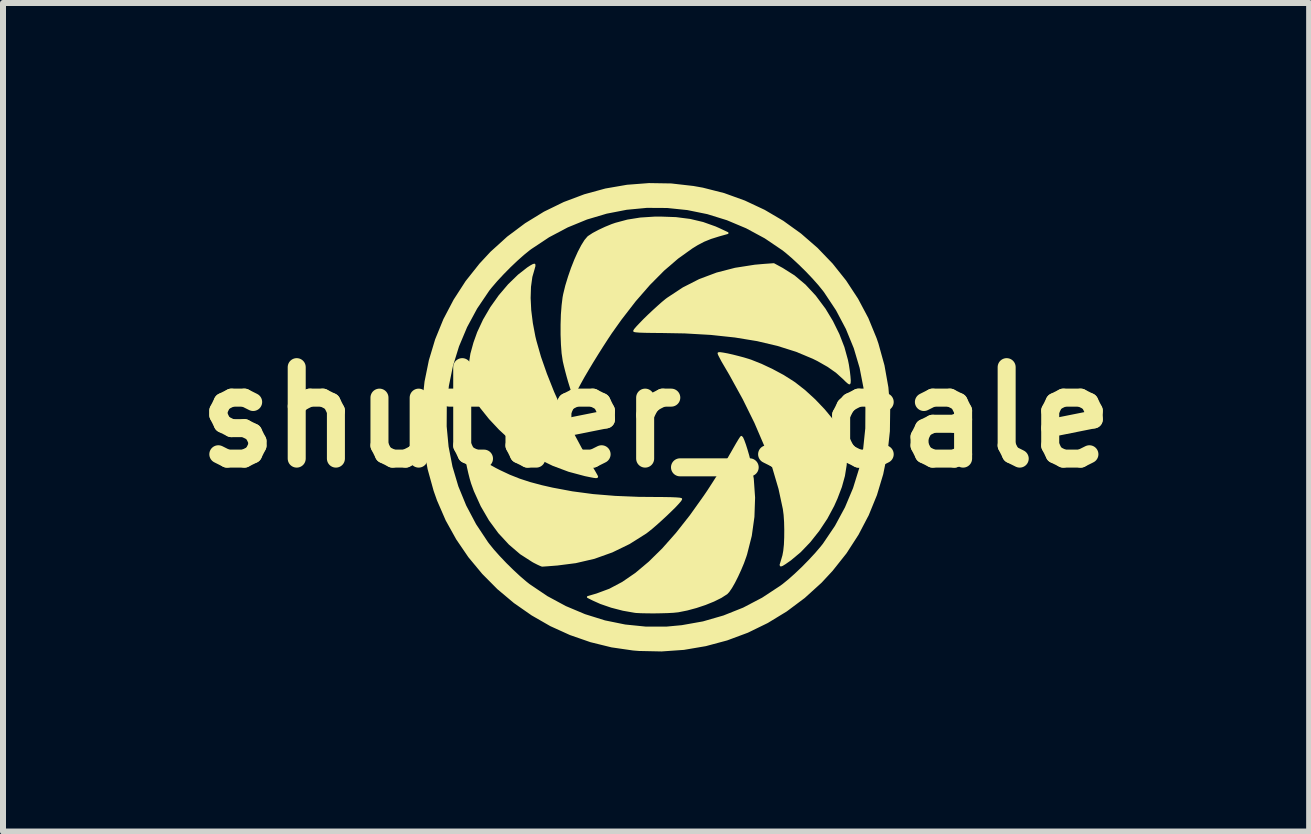
<source format=kicad_pcb>
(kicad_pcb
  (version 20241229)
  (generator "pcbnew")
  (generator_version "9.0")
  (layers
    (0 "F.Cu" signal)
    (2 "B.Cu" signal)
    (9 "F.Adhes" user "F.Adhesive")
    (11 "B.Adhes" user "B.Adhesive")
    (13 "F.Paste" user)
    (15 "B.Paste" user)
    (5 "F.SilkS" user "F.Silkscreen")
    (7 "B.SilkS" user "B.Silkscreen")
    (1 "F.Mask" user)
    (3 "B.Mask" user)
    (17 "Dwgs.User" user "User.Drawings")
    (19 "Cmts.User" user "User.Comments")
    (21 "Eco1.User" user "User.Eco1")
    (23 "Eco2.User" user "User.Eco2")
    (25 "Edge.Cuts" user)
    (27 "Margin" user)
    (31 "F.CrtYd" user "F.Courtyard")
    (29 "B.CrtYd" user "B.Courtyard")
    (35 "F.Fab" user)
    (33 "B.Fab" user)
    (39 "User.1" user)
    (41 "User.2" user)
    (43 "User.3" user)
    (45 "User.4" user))
  (footprint "shutter_scale"
    (layer "F.Cu")
    (at 7.881 3.902)
    (property "Reference" "shutter_scale" (at 0 0 0) (layer "F.SilkS") (effects (font (size 1.524 1.524) (thickness 0.3))))
    (attr through_hole)
    (fp_poly (pts (xy 3.228 -0.612) (xy 3.226 -0.573) (xy 3.221 -0.564) (xy 3.202 -0.576) (xy 3.167 -0.607) (xy 3.127 -0.647) (xy 3.007 -0.755) (xy 2.864 -0.855) (xy 2.691 -0.953) (xy 2.616 -0.99) (xy 2.338 -1.106) (xy 2.028 -1.204) (xy 1.688 -1.284) (xy 1.316 -1.345) (xy 0.914 -1.388) (xy 0.48 -1.413) (xy 0.087 -1.42) (xy -0.059 -1.421) (xy -0.18 -1.423) (xy -0.272 -1.426) (xy -0.334 -1.431) (xy -0.362 -1.436) (xy -0.364 -1.438) (xy -0.351 -1.46) (xy -0.315 -1.502) (xy -0.262 -1.558) (xy -0.196 -1.626) (xy -0.121 -1.699) (xy -0.042 -1.773) (xy 0.036 -1.844) (xy 0.108 -1.908) (xy 0.17 -1.959) (xy 0.197 -1.979) (xy 0.455 -2.149) (xy 0.726 -2.287) (xy 1.014 -2.395) (xy 1.32 -2.474) (xy 1.647 -2.525) (xy 1.794 -2.538) (xy 1.961 -2.55) (xy 2.103 -2.473) (xy 2.298 -2.35) (xy 2.479 -2.198) (xy 2.649 -2.015) (xy 2.81 -1.799) (xy 2.933 -1.595) (xy 3.039 -1.38) (xy 3.123 -1.163) (xy 3.181 -0.953) (xy 3.197 -0.873) (xy 3.213 -0.767) (xy 3.223 -0.679) (xy 3.228 -0.612)) (stroke (width 0.033) (type solid)) (fill yes) (layer "F.SilkS"))
    (fp_poly (pts (xy -0.982 0.99) (xy -0.986 0.997) (xy -1.003 0.998) (xy -1.037 0.994) (xy -1.095 0.983) (xy -1.183 0.965) (xy -1.194 0.962) (xy -1.452 0.893) (xy -1.714 0.795) (xy -1.969 0.672) (xy -2.207 0.528) (xy -2.255 0.495) (xy -2.429 0.359) (xy -2.604 0.197) (xy -2.769 0.021) (xy -2.914 -0.16) (xy -2.974 -0.245) (xy -3.118 -0.462) (xy -3.116 -0.69) (xy -3.105 -0.877) (xy -3.077 -1.056) (xy -3.027 -1.238) (xy -2.965 -1.411) (xy -2.868 -1.619) (xy -2.747 -1.826) (xy -2.607 -2.023) (xy -2.452 -2.205) (xy -2.289 -2.363) (xy -2.137 -2.482) (xy -2.085 -2.516) (xy -2.046 -2.537) (xy -2.027 -2.542) (xy -2.027 -2.542) (xy -2.026 -2.52) (xy -2.037 -2.481) (xy -2.037 -2.48) (xy -2.077 -2.341) (xy -2.1 -2.174) (xy -2.106 -1.986) (xy -2.096 -1.782) (xy -2.069 -1.566) (xy -2.027 -1.344) (xy -2.008 -1.266) (xy -1.933 -1.003) (xy -1.834 -0.72) (xy -1.715 -0.42) (xy -1.577 -0.111) (xy -1.423 0.203) (xy -1.255 0.517) (xy -1.088 0.804) (xy -1.046 0.875) (xy -1.012 0.934) (xy -0.989 0.975) (xy -0.982 0.99)) (stroke (width 0.033) (type solid)) (fill yes) (layer "F.SilkS"))
    (fp_poly (pts (xy 1.634 1.34) (xy 1.623 1.659) (xy 1.579 1.974) (xy 1.501 2.281) (xy 1.489 2.318) (xy 1.45 2.427) (xy 1.403 2.539) (xy 1.352 2.65) (xy 1.301 2.751) (xy 1.251 2.838) (xy 1.207 2.902) (xy 1.176 2.935) (xy 1.081 2.996) (xy 0.96 3.056) (xy 0.819 3.113) (xy 0.669 3.163) (xy 0.517 3.204) (xy 0.372 3.233) (xy 0.356 3.235) (xy 0.287 3.242) (xy 0.192 3.247) (xy 0.082 3.25) (xy -0.035 3.252) (xy -0.149 3.251) (xy -0.25 3.249) (xy -0.329 3.245) (xy -0.355 3.242) (xy -0.549 3.208) (xy -0.742 3.158) (xy -0.922 3.096) (xy -1.045 3.041) (xy -1.135 2.996) (xy -0.985 2.952) (xy -0.772 2.873) (xy -0.555 2.758) (xy -0.335 2.607) (xy -0.111 2.419) (xy 0.115 2.197) (xy 0.344 1.938) (xy 0.576 1.644) (xy 0.811 1.314) (xy 0.87 1.227) (xy 0.949 1.105) (xy 1.033 0.973) (xy 1.116 0.84) (xy 1.191 0.716) (xy 1.251 0.611) (xy 1.255 0.605) (xy 1.306 0.515) (xy 1.351 0.437) (xy 1.387 0.377) (xy 1.412 0.339) (xy 1.421 0.328) (xy 1.436 0.344) (xy 1.456 0.389) (xy 1.481 0.458) (xy 1.508 0.543) (xy 1.536 0.639) (xy 1.555 0.714) (xy 1.612 1.024) (xy 1.634 1.34)) (stroke (width 0.033) (type solid)) (fill yes) (layer "F.SilkS"))
    (fp_poly (pts (xy 3.171 0.581) (xy 3.171 0.609) (xy 3.16 0.796) (xy 3.131 0.976) (xy 3.081 1.157) (xy 3.008 1.349) (xy 2.953 1.472) (xy 2.841 1.681) (xy 2.707 1.883) (xy 2.559 2.07) (xy 2.4 2.236) (xy 2.236 2.373) (xy 2.216 2.387) (xy 2.147 2.435) (xy 2.103 2.462) (xy 2.08 2.47) (xy 2.075 2.46) (xy 2.08 2.445) (xy 2.09 2.413) (xy 2.106 2.359) (xy 2.122 2.304) (xy 2.136 2.228) (xy 2.147 2.124) (xy 2.152 2.003) (xy 2.153 1.874) (xy 2.15 1.745) (xy 2.142 1.626) (xy 2.129 1.527) (xy 2.057 1.191) (xy 1.953 0.838) (xy 1.818 0.469) (xy 1.654 0.087) (xy 1.459 -0.308) (xy 1.235 -0.715) (xy 1.15 -0.86) (xy 1.106 -0.935) (xy 1.072 -0.999) (xy 1.049 -1.044) (xy 1.042 -1.066) (xy 1.043 -1.067) (xy 1.065 -1.068) (xy 1.116 -1.061) (xy 1.187 -1.048) (xy 1.272 -1.029) (xy 1.363 -1.006) (xy 1.454 -0.982) (xy 1.537 -0.957) (xy 1.58 -0.943) (xy 1.753 -0.874) (xy 1.937 -0.787) (xy 2.118 -0.69) (xy 2.279 -0.588) (xy 2.309 -0.568) (xy 2.475 -0.438) (xy 2.641 -0.286) (xy 2.8 -0.119) (xy 2.944 0.055) (xy 3.066 0.227) (xy 3.122 0.319) (xy 3.145 0.362) (xy 3.159 0.399) (xy 3.167 0.442) (xy 3.171 0.5) (xy 3.171 0.581)) (stroke (width 0.033) (type solid)) (fill yes) (layer "F.SilkS"))
    (fp_poly (pts (xy 0.418 1.364) (xy 0.405 1.387) (xy 0.369 1.429) (xy 0.315 1.487) (xy 0.247 1.554) (xy 0.17 1.628) (xy 0.089 1.703) (xy 0.008 1.776) (xy -0.067 1.841) (xy -0.134 1.895) (xy -0.172 1.924) (xy -0.448 2.098) (xy -0.734 2.237) (xy -1.03 2.343) (xy -1.34 2.415) (xy -1.644 2.454) (xy -1.733 2.461) (xy -1.81 2.467) (xy -1.867 2.471) (xy -1.897 2.473) (xy -1.898 2.473) (xy -1.922 2.464) (xy -1.97 2.442) (xy -2.031 2.411) (xy -2.054 2.398) (xy -2.253 2.27) (xy -2.44 2.11) (xy -2.614 1.922) (xy -2.77 1.71) (xy -2.906 1.476) (xy -3.02 1.225) (xy -3.066 1.098) (xy -3.089 1.02) (xy -3.112 0.929) (xy -3.134 0.832) (xy -3.153 0.735) (xy -3.167 0.647) (xy -3.177 0.573) (xy -3.18 0.52) (xy -3.175 0.497) (xy -3.158 0.503) (xy -3.122 0.53) (xy -3.073 0.573) (xy -3.05 0.594) (xy -2.962 0.674) (xy -2.877 0.74) (xy -2.785 0.8) (xy -2.676 0.861) (xy -2.609 0.895) (xy -2.443 0.973) (xy -2.277 1.039) (xy -2.102 1.096) (xy -1.907 1.148) (xy -1.727 1.189) (xy -1.396 1.251) (xy -1.049 1.297) (xy -0.682 1.327) (xy -0.29 1.343) (xy -0.05 1.345) (xy 0.112 1.346) (xy 0.241 1.348) (xy 0.335 1.352) (xy 0.394 1.357) (xy 0.418 1.363) (xy 0.418 1.364)) (stroke (width 0.033) (type solid)) (fill yes) (layer "F.SilkS"))
    (fp_poly (pts (xy 1.191 -3.069) (xy 1.045 -3.028) (xy 0.911 -2.986) (xy 0.795 -2.939) (xy 0.683 -2.88) (xy 0.594 -2.825) (xy 0.358 -2.656) (xy 0.122 -2.453) (xy -0.114 -2.215) (xy -0.352 -1.942) (xy -0.59 -1.634) (xy -0.75 -1.409) (xy -0.817 -1.308) (xy -0.894 -1.189) (xy -0.976 -1.059) (xy -1.059 -0.925) (xy -1.137 -0.795) (xy -1.207 -0.676) (xy -1.263 -0.575) (xy -1.291 -0.523) (xy -1.328 -0.454) (xy -1.354 -0.415) (xy -1.372 -0.402) (xy -1.385 -0.41) (xy -1.388 -0.414) (xy -1.403 -0.448) (xy -1.423 -0.51) (xy -1.448 -0.591) (xy -1.474 -0.682) (xy -1.499 -0.776) (xy -1.521 -0.864) (xy -1.538 -0.938) (xy -1.539 -0.945) (xy -1.557 -1.066) (xy -1.568 -1.213) (xy -1.574 -1.375) (xy -1.574 -1.544) (xy -1.569 -1.71) (xy -1.557 -1.864) (xy -1.541 -1.995) (xy -1.531 -2.048) (xy -1.496 -2.191) (xy -1.451 -2.338) (xy -1.401 -2.483) (xy -1.346 -2.622) (xy -1.289 -2.749) (xy -1.232 -2.858) (xy -1.179 -2.943) (xy -1.131 -3) (xy -1.121 -3.008) (xy -1.048 -3.056) (xy -0.952 -3.107) (xy -0.843 -3.158) (xy -0.733 -3.203) (xy -0.672 -3.224) (xy -0.474 -3.277) (xy -0.261 -3.311) (xy -0.027 -3.326) (xy 0.074 -3.327) (xy 0.331 -3.318) (xy 0.565 -3.288) (xy 0.78 -3.237) (xy 0.985 -3.164) (xy 1.055 -3.133) (xy 1.191 -3.069)) (stroke (width 0.033) (type solid)) (fill yes) (layer "F.SilkS"))
    (fp_poly (pts (xy 3.885 -0.131) (xy 3.88 0.232) (xy 3.841 0.592) (xy 3.769 0.946) (xy 3.665 1.292) (xy 3.528 1.628) (xy 3.505 1.671) (xy 3.505 -0.153) (xy 3.473 -0.491) (xy 3.408 -0.826) (xy 3.31 -1.156) (xy 3.178 -1.478) (xy 3.013 -1.79) (xy 2.814 -2.09) (xy 2.793 -2.118) (xy 2.716 -2.213) (xy 2.619 -2.322) (xy 2.508 -2.439) (xy 2.391 -2.554) (xy 2.277 -2.66) (xy 2.172 -2.75) (xy 2.118 -2.793) (xy 1.819 -2.995) (xy 1.508 -3.163) (xy 1.187 -3.298) (xy 0.858 -3.4) (xy 0.524 -3.468) (xy 0.186 -3.503) (xy -0.153 -3.505) (xy -0.491 -3.473) (xy -0.826 -3.408) (xy -1.156 -3.31) (xy -1.478 -3.178) (xy -1.79 -3.013) (xy -2.09 -2.814) (xy -2.118 -2.793) (xy -2.213 -2.716) (xy -2.322 -2.619) (xy -2.439 -2.508) (xy -2.554 -2.391) (xy -2.66 -2.277) (xy -2.75 -2.172) (xy -2.793 -2.118) (xy -2.995 -1.819) (xy -3.163 -1.508) (xy -3.298 -1.187) (xy -3.4 -0.858) (xy -3.468 -0.524) (xy -3.503 -0.186) (xy -3.505 0.153) (xy -3.473 0.491) (xy -3.408 0.826) (xy -3.31 1.156) (xy -3.178 1.478) (xy -3.013 1.79) (xy -2.814 2.09) (xy -2.793 2.118) (xy -2.716 2.213) (xy -2.619 2.322) (xy -2.508 2.439) (xy -2.391 2.554) (xy -2.277 2.66) (xy -2.172 2.75) (xy -2.118 2.793) (xy -1.822 2.993) (xy -1.511 3.161) (xy -1.188 3.297) (xy -0.855 3.401) (xy -0.516 3.47) (xy -0.171 3.505) (xy 0.175 3.505) (xy 0.431 3.481) (xy 0.785 3.418) (xy 1.128 3.319) (xy 1.459 3.187) (xy 1.776 3.021) (xy 2.08 2.821) (xy 2.118 2.793) (xy 2.213 2.716) (xy 2.322 2.619) (xy 2.439 2.508) (xy 2.554 2.391) (xy 2.66 2.277) (xy 2.75 2.172) (xy 2.793 2.118) (xy 2.995 1.819) (xy 3.163 1.508) (xy 3.298 1.187) (xy 3.4 0.858) (xy 3.468 0.524) (xy 3.503 0.186) (xy 3.505 -0.153) (xy 3.505 1.671) (xy 3.359 1.95) (xy 3.16 2.258) (xy 2.929 2.549) (xy 2.746 2.746) (xy 2.467 2.999) (xy 2.169 3.222) (xy 1.854 3.414) (xy 1.524 3.575) (xy 1.18 3.703) (xy 0.826 3.798) (xy 0.462 3.86) (xy 0.091 3.886) (xy -0.285 3.878) (xy -0.382 3.87) (xy -0.74 3.818) (xy -1.089 3.732) (xy -1.428 3.614) (xy -1.754 3.466) (xy -2.064 3.288) (xy -2.358 3.083) (xy -2.632 2.853) (xy -2.884 2.599) (xy -3.113 2.323) (xy -3.315 2.027) (xy -3.49 1.712) (xy -3.634 1.381) (xy -3.69 1.222) (xy -3.79 0.861) (xy -3.855 0.496) (xy -3.885 0.131) (xy -3.88 -0.232) (xy -3.841 -0.592) (xy -3.769 -0.946) (xy -3.665 -1.292) (xy -3.528 -1.628) (xy -3.359 -1.95) (xy -3.16 -2.258) (xy -2.929 -2.549) (xy -2.746 -2.746) (xy -2.469 -2.997) (xy -2.172 -3.219) (xy -1.859 -3.411) (xy -1.531 -3.571) (xy -1.191 -3.699) (xy -0.84 -3.795) (xy -0.481 -3.857) (xy -0.117 -3.885) (xy 0.251 -3.879) (xy 0.62 -3.837) (xy 0.777 -3.809) (xy 1.131 -3.719) (xy 1.474 -3.595) (xy 1.802 -3.441) (xy 2.113 -3.258) (xy 2.406 -3.047) (xy 2.679 -2.81) (xy 2.929 -2.55) (xy 3.154 -2.268) (xy 3.352 -1.966) (xy 3.522 -1.646) (xy 3.66 -1.31) (xy 3.69 -1.222) (xy 3.79 -0.861) (xy 3.855 -0.496) (xy 3.885 -0.131)) (stroke (width 0.033) (type solid)) (fill yes) (layer "F.SilkS")))
  (gr_rect
    (start -3 -3)
    (end 18.763 10.805)
    (stroke (width 0.1) (type default))
    (fill no)
    (layer "Edge.Cuts")))
</source>
